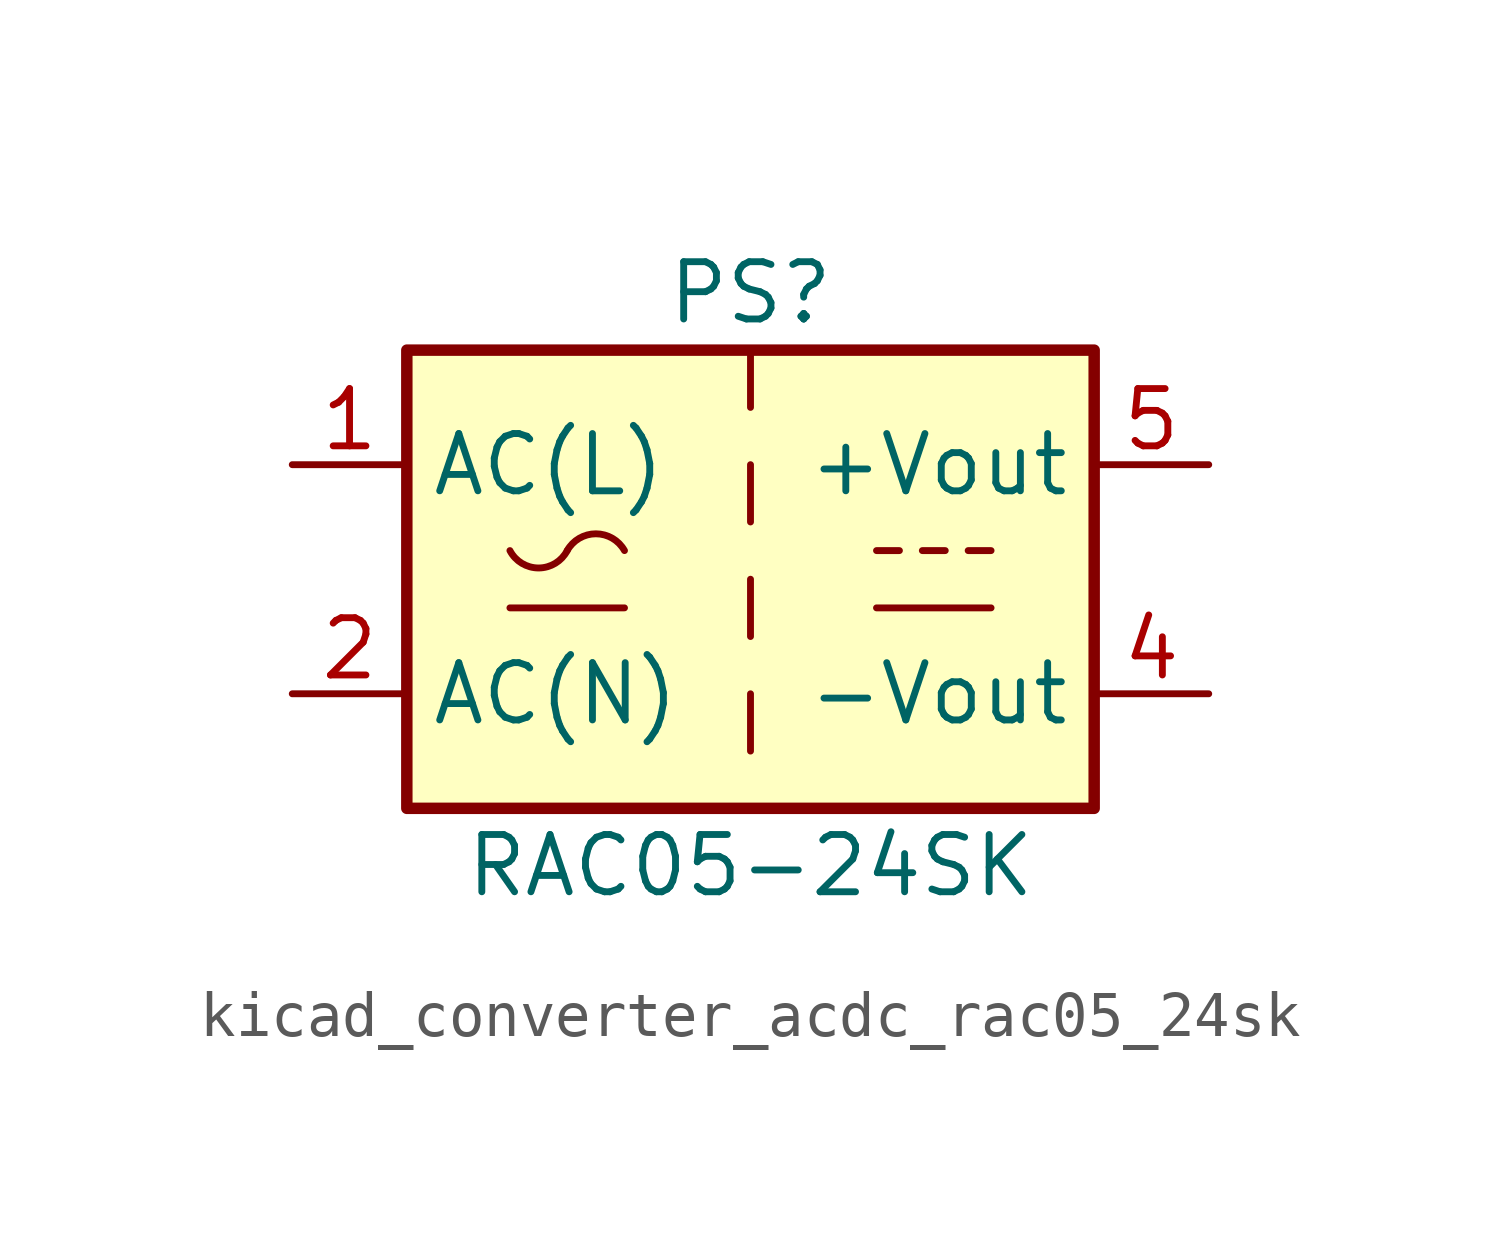
<source format=kicad_sym>
(kicad_symbol_lib
  (version 20220914)
  (generator kicad_symbol_editor)
  (symbol "kicad_converter_acdc_rac05_24sk"
    (property "Reference" "PS"
      (at 0 6.35 0)
      (effects (font (size 1.27 1.27))))
    (property "Value" "RAC05-24SK"
      (at 0 -6.35 0)
      (effects (font (size 1.27 1.27))))
    (symbol "kicad_converter_acdc_rac05_24sk_1_1"
      (rectangle (start -7.62 5.08) (end 7.62 -5.08) (stroke (width 0.254) (type default)) (fill (type background)))
      (arc (start -5.334 0.635) (mid -4.699 0.2495) (end -4.064 0.635) (stroke (width 0) (type default)) (fill (type none)))
      (arc (start -2.794 0.635) (mid -3.429 1.0072) (end -4.064 0.635) (stroke (width 0) (type default)) (fill (type none)))
      (polyline (pts (xy -5.334 -0.635) (xy -2.794 -0.635)) (stroke (width 0) (type default)) (fill (type none)))
      (polyline (pts (xy 0 -2.54) (xy 0 -3.81)) (stroke (width 0) (type default)) (fill (type none)))
      (polyline (pts (xy 0 0) (xy 0 -1.27)) (stroke (width 0) (type default)) (fill (type none)))
      (polyline (pts (xy 0 2.54) (xy 0 1.27)) (stroke (width 0) (type default)) (fill (type none)))
      (polyline (pts (xy 0 5.08) (xy 0 3.81)) (stroke (width 0) (type default)) (fill (type none)))
      (polyline (pts (xy 2.794 -0.635) (xy 5.334 -0.635)) (stroke (width 0) (type default)) (fill (type none)))
      (polyline (pts (xy 2.794 0.635) (xy 3.302 0.635)) (stroke (width 0) (type default)) (fill (type none)))
      (polyline (pts (xy 3.81 0.635) (xy 4.318 0.635)) (stroke (width 0) (type default)) (fill (type none)))
      (polyline (pts (xy 4.826 0.635) (xy 5.334 0.635)) (stroke (width 0) (type default)) (fill (type none)))
      (pin power_in line (at -10.16 2.54 0) (length 2.54) (name "AC(L)" (effects (font (size 1.27 1.27)))) (number "1" (effects (font (size 1.27 1.27)))))
      (pin power_in line (at -10.16 -2.54 0) (length 2.54) (name "AC(N)" (effects (font (size 1.27 1.27)))) (number "2" (effects (font (size 1.27 1.27)))))
      (pin no_connect line (at 7.62 0 180) (length 2.54) hide (name "NC" (effects (font (size 1.27 1.27)))) (number "3" (effects (font (size 1.27 1.27)))))
      (pin power_out line (at 10.16 -2.54 180) (length 2.54) (name "-Vout" (effects (font (size 1.27 1.27)))) (number "4" (effects (font (size 1.27 1.27)))))
      (pin power_out line (at 10.16 2.54 180) (length 2.54) (name "+Vout" (effects (font (size 1.27 1.27)))) (number "5" (effects (font (size 1.27 1.27))))))))
</source>
